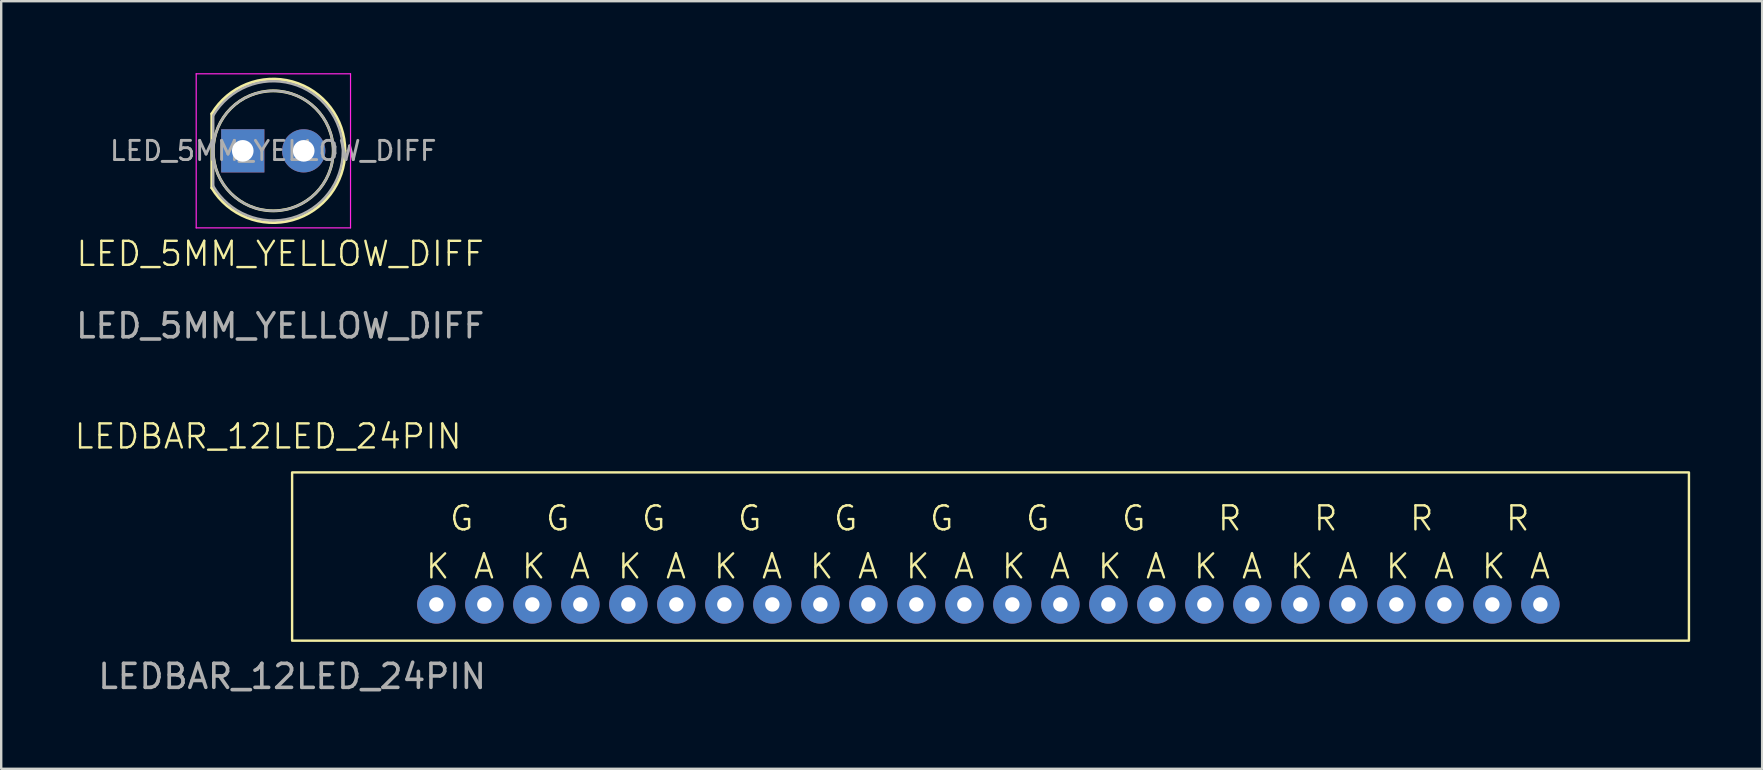
<source format=kicad_pcb>
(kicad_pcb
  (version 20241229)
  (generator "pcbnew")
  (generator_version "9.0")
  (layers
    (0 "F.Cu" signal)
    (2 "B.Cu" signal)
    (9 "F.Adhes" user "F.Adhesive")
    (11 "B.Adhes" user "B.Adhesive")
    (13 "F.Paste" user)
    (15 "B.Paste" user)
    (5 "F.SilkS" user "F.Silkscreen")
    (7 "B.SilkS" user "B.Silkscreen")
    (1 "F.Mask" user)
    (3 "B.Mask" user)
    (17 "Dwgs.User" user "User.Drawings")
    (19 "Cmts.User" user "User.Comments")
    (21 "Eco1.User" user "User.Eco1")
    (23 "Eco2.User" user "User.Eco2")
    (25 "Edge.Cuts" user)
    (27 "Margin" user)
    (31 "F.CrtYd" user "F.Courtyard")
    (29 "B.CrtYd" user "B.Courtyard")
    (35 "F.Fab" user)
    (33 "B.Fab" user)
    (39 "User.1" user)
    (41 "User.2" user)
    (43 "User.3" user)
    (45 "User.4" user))
  (footprint "LED_5MM_YELLOW_DIFF"
    (layer "F.Cu")
    (at 8.625 8.025)
    (property "Reference" "LED_5MM_YELLOW_DIFF" (at 0 -0.5 0) (unlocked yes) (layer "F.SilkS") (effects (font (size 1 1) (thickness 0.1))))
    (attr smd)
    (fp_line (start -2.85 -6.335) (end -2.85 -3.245) (stroke (width 0.12) (type solid)) (layer "F.SilkS"))
    (fp_arc (start -2.85 -6.33483) (mid 0.511779 -7.670495) (end 2.7 -4.79) (stroke (width 0.12) (type solid)) (layer "F.SilkS"))
    (fp_arc (start 2.7 -4.79) (mid 0.511779 -1.909505) (end -2.85 -3.24517) (stroke (width 0.12) (type solid)) (layer "F.SilkS"))
    (fp_circle (center -0.29 -4.79) (end 2.21 -4.79) (stroke (width 0.12) (type solid)) (fill no) (layer "F.SilkS"))
    (fp_line (start -3.5 -8) (end -3.5 -1.58) (stroke (width 0.05) (type solid)) (layer "F.CrtYd"))
    (fp_line (start -3.5 -1.58) (end 2.93 -1.58) (stroke (width 0.05) (type solid)) (layer "F.CrtYd"))
    (fp_line (start 2.93 -8) (end -3.5 -8) (stroke (width 0.05) (type solid)) (layer "F.CrtYd"))
    (fp_line (start 2.93 -1.58) (end 2.93 -8) (stroke (width 0.05) (type solid)) (layer "F.CrtYd"))
    (fp_line (start -2.79 -6.26) (end -2.79 -3.32) (stroke (width 0.1) (type solid)) (layer "F.Fab"))
    (fp_arc (start -2.79 -6.259694) (mid 2.61 -4.79) (end -2.79 -3.320306) (stroke (width 0.1) (type solid)) (layer "F.Fab"))
    (fp_circle (center -0.29 -4.79) (end 2.21 -4.79) (stroke (width 0.1) (type solid)) (fill no) (layer "F.Fab"))
    (fp_text user "${REFERENCE}" (at 0 2.5 0) (unlocked yes) (layer "F.Fab") (effects (font (size 1 1) (thickness 0.15))))
    (fp_text user "${REFERENCE}" (at -0.29 -4.79 0) (layer "F.Fab") (effects (font (size 0.8 0.8) (thickness 0.12))))
    (pad "1" thru_hole rect (at -1.56 -4.79) (size 1.8 1.8) (drill 0.9) (layers "*.Cu" "*.Mask"))
    (pad "2" thru_hole circle (at 0.98 -4.79) (size 1.8 1.8) (drill 0.9) (layers "*.Cu" "*.Mask")))
  (footprint "LEDBAR_12LED_24PIN"
    (layer "F.Cu")
    (at 9.121 16.634)
    (property "Reference" "LEDBAR_12LED_24PIN" (at -1 -1.5 0) (unlocked yes) (layer "F.SilkS") (effects (font (size 1 1) (thickness 0.1))))
    (attr smd)
    (fp_rect (start 0 0) (end 58.2 7.01) (stroke (width 0.1) (type solid)) (fill no) (layer "F.SilkS"))
    (fp_text user "K" (at 9.5 4.5 0) (unlocked yes) (layer "F.SilkS") (effects (font (size 1 1) (thickness 0.1)) (justify left bottom)))
    (fp_text user "A" (at 27.5 4.5 0) (unlocked yes) (layer "F.SilkS") (effects (font (size 1 1) (thickness 0.1)) (justify left bottom)))
    (fp_text user "R" (at 46.5 2.5 0) (unlocked yes) (layer "F.SilkS") (effects (font (size 1 1) (thickness 0.1)) (justify left bottom)))
    (fp_text user "K" (at 17.5 4.5 0) (unlocked yes) (layer "F.SilkS") (effects (font (size 1 1) (thickness 0.1)) (justify left bottom)))
    (fp_text user "K" (at 5.5 4.5 0) (unlocked yes) (layer "F.SilkS") (effects (font (size 1 1) (thickness 0.1)) (justify left bottom)))
    (fp_text user "R" (at 42.5 2.5 0) (unlocked yes) (layer "F.SilkS") (effects (font (size 1 1) (thickness 0.1)) (justify left bottom)))
    (fp_text user "K" (at 29.5 4.5 0) (unlocked yes) (layer "F.SilkS") (effects (font (size 1 1) (thickness 0.1)) (justify left bottom)))
    (fp_text user "K" (at 21.5 4.5 0) (unlocked yes) (layer "F.SilkS") (effects (font (size 1 1) (thickness 0.1)) (justify left bottom)))
    (fp_text user "R" (at 38.5 2.5 0) (unlocked yes) (layer "F.SilkS") (effects (font (size 1 1) (thickness 0.1)) (justify left bottom)))
    (fp_text user "G" (at 34.5 2.5 0) (unlocked yes) (layer "F.SilkS") (effects (font (size 1 1) (thickness 0.1)) (justify left bottom)))
    (fp_text user "A" (at 31.5 4.5 0) (unlocked yes) (layer "F.SilkS") (effects (font (size 1 1) (thickness 0.1)) (justify left bottom)))
    (fp_text user "G" (at 30.5 2.5 0) (unlocked yes) (layer "F.SilkS") (effects (font (size 1 1) (thickness 0.1)) (justify left bottom)))
    (fp_text user "K" (at 13.5 4.5 0) (unlocked yes) (layer "F.SilkS") (effects (font (size 1 1) (thickness 0.1)) (justify left bottom)))
    (fp_text user "A" (at 51.5 4.5 0) (unlocked yes) (layer "F.SilkS") (effects (font (size 1 1) (thickness 0.1)) (justify left bottom)))
    (fp_text user "A" (at 23.5 4.5 0) (unlocked yes) (layer "F.SilkS") (effects (font (size 1 1) (thickness 0.1)) (justify left bottom)))
    (fp_text user "G" (at 26.5 2.5 0) (unlocked yes) (layer "F.SilkS") (effects (font (size 1 1) (thickness 0.1)) (justify left bottom)))
    (fp_text user "A" (at 47.5 4.5 0) (unlocked yes) (layer "F.SilkS") (effects (font (size 1 1) (thickness 0.1)) (justify left bottom)))
    (fp_text user "G" (at 6.5 2.5 0) (unlocked yes) (layer "F.SilkS") (effects (font (size 1 1) (thickness 0.1)) (justify left bottom)))
    (fp_text user "K" (at 33.5 4.5 0) (unlocked yes) (layer "F.SilkS") (effects (font (size 1 1) (thickness 0.1)) (justify left bottom)))
    (fp_text user "K" (at 41.5 4.5 0) (unlocked yes) (layer "F.SilkS") (effects (font (size 1 1) (thickness 0.1)) (justify left bottom)))
    (fp_text user "A" (at 11.5 4.5 0) (unlocked yes) (layer "F.SilkS") (effects (font (size 1 1) (thickness 0.1)) (justify left bottom)))
    (fp_text user "K" (at 25.5 4.5 0) (unlocked yes) (layer "F.SilkS") (effects (font (size 1 1) (thickness 0.1)) (justify left bottom)))
    (fp_text user "A" (at 39.5 4.5 0) (unlocked yes) (layer "F.SilkS") (effects (font (size 1 1) (thickness 0.1)) (justify left bottom)))
    (fp_text user "A" (at 15.5 4.5 0) (unlocked yes) (layer "F.SilkS") (effects (font (size 1 1) (thickness 0.1)) (justify left bottom)))
    (fp_text user "G" (at 10.5 2.5 0) (unlocked yes) (layer "F.SilkS") (effects (font (size 1 1) (thickness 0.1)) (justify left bottom)))
    (fp_text user "G" (at 18.5 2.5 0) (unlocked yes) (layer "F.SilkS") (effects (font (size 1 1) (thickness 0.1)) (justify left bottom)))
    (fp_text user "A" (at 19.5 4.5 0) (unlocked yes) (layer "F.SilkS") (effects (font (size 1 1) (thickness 0.1)) (justify left bottom)))
    (fp_text user "A" (at 7.5 4.5 0) (unlocked yes) (layer "F.SilkS") (effects (font (size 1 1) (thickness 0.1)) (justify left bottom)))
    (fp_text user "G" (at 14.5 2.5 0) (unlocked yes) (layer "F.SilkS") (effects (font (size 1 1) (thickness 0.1)) (justify left bottom)))
    (fp_text user "G" (at 22.5 2.5 0) (unlocked yes) (layer "F.SilkS") (effects (font (size 1 1) (thickness 0.1)) (justify left bottom)))
    (fp_text user "K" (at 49.5 4.5 0) (unlocked yes) (layer "F.SilkS") (effects (font (size 1 1) (thickness 0.1)) (justify left bottom)))
    (fp_text user "K" (at 37.5 4.5 0) (unlocked yes) (layer "F.SilkS") (effects (font (size 1 1) (thickness 0.1)) (justify left bottom)))
    (fp_text user "R" (at 50.5 2.5 0) (unlocked yes) (layer "F.SilkS") (effects (font (size 1 1) (thickness 0.1)) (justify left bottom)))
    (fp_text user "A" (at 43.5 4.5 0) (unlocked yes) (layer "F.SilkS") (effects (font (size 1 1) (thickness 0.1)) (justify left bottom)))
    (fp_text user "K" (at 45.5 4.5 0) (unlocked yes) (layer "F.SilkS") (effects (font (size 1 1) (thickness 0.1)) (justify left bottom)))
    (fp_text user "A" (at 35.5 4.5 0) (unlocked yes) (layer "F.SilkS") (effects (font (size 1 1) (thickness 0.1)) (justify left bottom)))
    (fp_text user "${REFERENCE}" (at 0 8.5 0) (unlocked yes) (layer "F.Fab") (effects (font (size 1 1) (thickness 0.15))))
    (pad "1" thru_hole circle (at 6.01 5.5) (size 1.6 1.6) (drill 0.6) (layers "*.Cu" "*.Mask"))
    (pad "2" thru_hole circle (at 8.01 5.5) (size 1.6 1.6) (drill 0.6) (layers "*.Cu" "*.Mask"))
    (pad "3" thru_hole circle (at 10.01 5.5) (size 1.6 1.6) (drill 0.6) (layers "*.Cu" "*.Mask"))
    (pad "4" thru_hole circle (at 12.01 5.5) (size 1.6 1.6) (drill 0.6) (layers "*.Cu" "*.Mask"))
    (pad "5" thru_hole circle (at 14.01 5.5) (size 1.6 1.6) (drill 0.6) (layers "*.Cu" "*.Mask"))
    (pad "6" thru_hole circle (at 16.01 5.5) (size 1.6 1.6) (drill 0.6) (layers "*.Cu" "*.Mask"))
    (pad "7" thru_hole circle (at 18.01 5.5) (size 1.6 1.6) (drill 0.6) (layers "*.Cu" "*.Mask"))
    (pad "8" thru_hole circle (at 20.01 5.5) (size 1.6 1.6) (drill 0.6) (layers "*.Cu" "*.Mask"))
    (pad "9" thru_hole circle (at 22.01 5.5) (size 1.6 1.6) (drill 0.6) (layers "*.Cu" "*.Mask"))
    (pad "10" thru_hole circle (at 24.01 5.5) (size 1.6 1.6) (drill 0.6) (layers "*.Cu" "*.Mask"))
    (pad "11" thru_hole circle (at 26.01 5.5) (size 1.6 1.6) (drill 0.6) (layers "*.Cu" "*.Mask"))
    (pad "12" thru_hole circle (at 28.01 5.5) (size 1.6 1.6) (drill 0.6) (layers "*.Cu" "*.Mask"))
    (pad "13" thru_hole circle (at 30.01 5.5) (size 1.6 1.6) (drill 0.6) (layers "*.Cu" "*.Mask"))
    (pad "14" thru_hole circle (at 32.01 5.5) (size 1.6 1.6) (drill 0.6) (layers "*.Cu" "*.Mask"))
    (pad "15" thru_hole circle (at 34.01 5.5) (size 1.6 1.6) (drill 0.6) (layers "*.Cu" "*.Mask"))
    (pad "16" thru_hole circle (at 36.01 5.5) (size 1.6 1.6) (drill 0.6) (layers "*.Cu" "*.Mask"))
    (pad "17" thru_hole circle (at 38.01 5.5) (size 1.6 1.6) (drill 0.6) (layers "*.Cu" "*.Mask"))
    (pad "18" thru_hole circle (at 40.01 5.5) (size 1.6 1.6) (drill 0.6) (layers "*.Cu" "*.Mask"))
    (pad "19" thru_hole circle (at 42.01 5.5) (size 1.6 1.6) (drill 0.6) (layers "*.Cu" "*.Mask"))
    (pad "20" thru_hole circle (at 44.01 5.5) (size 1.6 1.6) (drill 0.6) (layers "*.Cu" "*.Mask"))
    (pad "21" thru_hole circle (at 46.01 5.5) (size 1.6 1.6) (drill 0.6) (layers "*.Cu" "*.Mask"))
    (pad "22" thru_hole circle (at 48.01 5.5) (size 1.6 1.6) (drill 0.6) (layers "*.Cu" "*.Mask"))
    (pad "23" thru_hole circle (at 50.01 5.5) (size 1.6 1.6) (drill 0.6) (layers "*.Cu" "*.Mask"))
    (pad "24" thru_hole circle (at 52.01 5.5) (size 1.6 1.6) (drill 0.6) (layers "*.Cu" "*.Mask")))
  (gr_rect
    (start -3 -3)
    (end 70.371 28.982)
    (stroke (width 0.1) (type default))
    (fill no)
    (layer "Edge.Cuts")))
</source>
